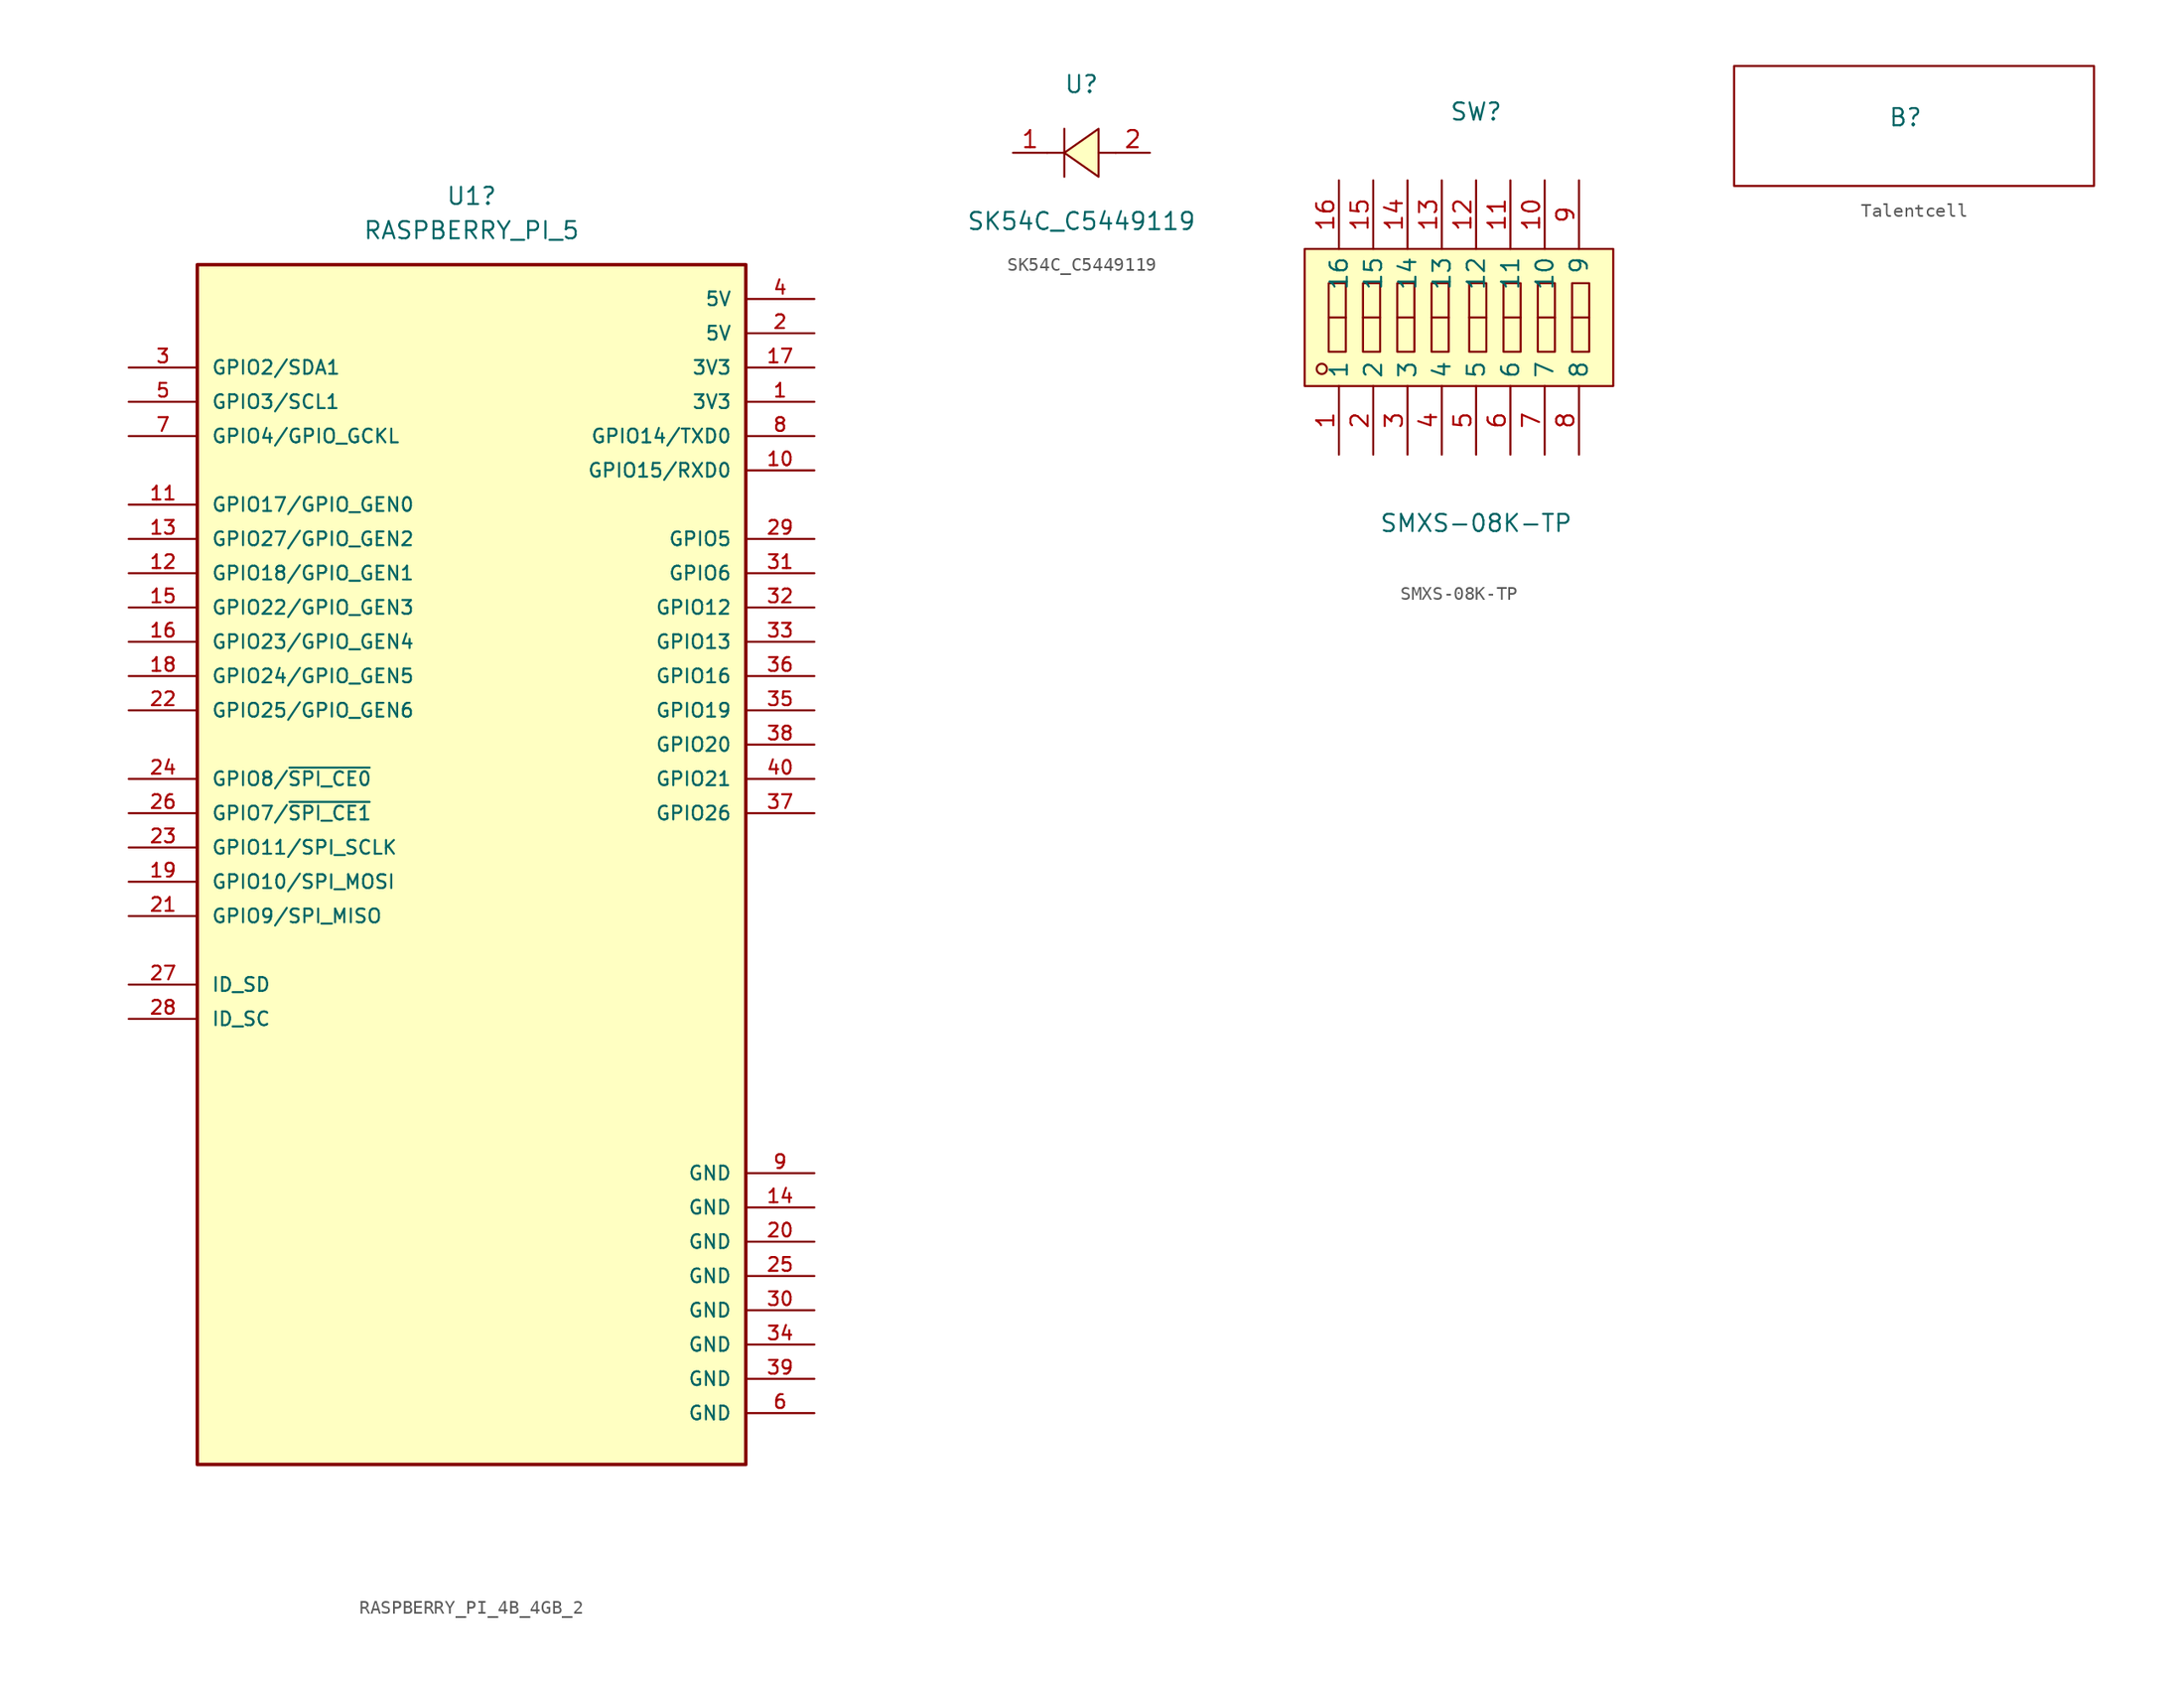
<source format=kicad_sym>
(kicad_symbol_lib
  (version 20241209)
  (generator "kicad_symbol_editor")
  (generator_version "9.0")
  (symbol "RASPBERRY_PI_4B_4GB_2"
    (pin_names
      (offset 1.016))
    (property "Reference" "U1"
      (at 0 38.1 0)
      (effects (font (size 1.27 1.27))))
    (property "Value" "RASPBERRY_PI_5"
      (at 0 35.56 0)
      (effects (font (size 1.27 1.27))))
    (property "LCSC Part No" ""
      (at 0 0 0)
      (effects (font (size 1.27 1.27))))
    (symbol "RASPBERRY_PI_4B_4GB_2_0_0"
      (rectangle (start -20.32 33.02) (end 20.32 -55.88) (stroke (width 0.254) (type default)) (fill (type background)))
      (pin bidirectional line (at -25.4 25.4 0) (length 5.08) (name "GPIO2/SDA1" (effects (font (size 1.016 1.016)))) (number "3" (effects (font (size 1.016 1.016)))))
      (pin bidirectional line (at -25.4 22.86 0) (length 5.08) (name "GPIO3/SCL1" (effects (font (size 1.016 1.016)))) (number "5" (effects (font (size 1.016 1.016)))))
      (pin bidirectional line (at -25.4 20.32 0) (length 5.08) (name "GPIO4/GPIO_GCKL" (effects (font (size 1.016 1.016)))) (number "7" (effects (font (size 1.016 1.016)))))
      (pin bidirectional line (at -25.4 15.24 0) (length 5.08) (name "GPIO17/GPIO_GEN0" (effects (font (size 1.016 1.016)))) (number "11" (effects (font (size 1.016 1.016)))))
      (pin bidirectional line (at -25.4 12.7 0) (length 5.08) (name "GPIO27/GPIO_GEN2" (effects (font (size 1.016 1.016)))) (number "13" (effects (font (size 1.016 1.016)))))
      (pin bidirectional line (at -25.4 10.16 0) (length 5.08) (name "GPIO18/GPIO_GEN1" (effects (font (size 1.016 1.016)))) (number "12" (effects (font (size 1.016 1.016)))))
      (pin bidirectional line (at -25.4 7.62 0) (length 5.08) (name "GPIO22/GPIO_GEN3" (effects (font (size 1.016 1.016)))) (number "15" (effects (font (size 1.016 1.016)))))
      (pin bidirectional line (at -25.4 5.08 0) (length 5.08) (name "GPIO23/GPIO_GEN4" (effects (font (size 1.016 1.016)))) (number "16" (effects (font (size 1.016 1.016)))))
      (pin bidirectional line (at -25.4 2.54 0) (length 5.08) (name "GPIO24/GPIO_GEN5" (effects (font (size 1.016 1.016)))) (number "18" (effects (font (size 1.016 1.016)))))
      (pin bidirectional line (at -25.4 0 0) (length 5.08) (name "GPIO25/GPIO_GEN6" (effects (font (size 1.016 1.016)))) (number "22" (effects (font (size 1.016 1.016)))))
      (pin bidirectional line (at -25.4 -5.08 0) (length 5.08) (name "GPIO8/~{SPI_CE0}" (effects (font (size 1.016 1.016)))) (number "24" (effects (font (size 1.016 1.016)))))
      (pin bidirectional line (at -25.4 -7.62 0) (length 5.08) (name "GPIO7/~{SPI_CE1}" (effects (font (size 1.016 1.016)))) (number "26" (effects (font (size 1.016 1.016)))))
      (pin bidirectional line (at -25.4 -10.16 0) (length 5.08) (name "GPIO11/SPI_SCLK" (effects (font (size 1.016 1.016)))) (number "23" (effects (font (size 1.016 1.016)))))
      (pin bidirectional line (at -25.4 -12.7 0) (length 5.08) (name "GPIO10/SPI_MOSI" (effects (font (size 1.016 1.016)))) (number "19" (effects (font (size 1.016 1.016)))))
      (pin bidirectional line (at -25.4 -15.24 0) (length 5.08) (name "GPIO9/SPI_MISO" (effects (font (size 1.016 1.016)))) (number "21" (effects (font (size 1.016 1.016)))))
      (pin bidirectional line (at -25.4 -20.32 0) (length 5.08) (name "ID_SD" (effects (font (size 1.016 1.016)))) (number "27" (effects (font (size 1.016 1.016)))))
      (pin bidirectional line (at -25.4 -22.86 0) (length 5.08) (name "ID_SC" (effects (font (size 1.016 1.016)))) (number "28" (effects (font (size 1.016 1.016)))))
      (pin power_in line (at 25.4 30.48 180) (length 5.08) (name "5V" (effects (font (size 1.016 1.016)))) (number "4" (effects (font (size 1.016 1.016)))))
      (pin power_in line (at 25.4 27.94 180) (length 5.08) (name "5V" (effects (font (size 1.016 1.016)))) (number "2" (effects (font (size 1.016 1.016)))))
      (pin power_in line (at 25.4 25.4 180) (length 5.08) (name "3V3" (effects (font (size 1.016 1.016)))) (number "17" (effects (font (size 1.016 1.016)))))
      (pin power_in line (at 25.4 22.86 180) (length 5.08) (name "3V3" (effects (font (size 1.016 1.016)))) (number "1" (effects (font (size 1.016 1.016)))))
      (pin bidirectional line (at 25.4 20.32 180) (length 5.08) (name "GPIO14/TXD0" (effects (font (size 1.016 1.016)))) (number "8" (effects (font (size 1.016 1.016)))))
      (pin bidirectional line (at 25.4 17.78 180) (length 5.08) (name "GPIO15/RXD0" (effects (font (size 1.016 1.016)))) (number "10" (effects (font (size 1.016 1.016)))))
      (pin bidirectional line (at 25.4 12.7 180) (length 5.08) (name "GPIO5" (effects (font (size 1.016 1.016)))) (number "29" (effects (font (size 1.016 1.016)))))
      (pin bidirectional line (at 25.4 10.16 180) (length 5.08) (name "GPIO6" (effects (font (size 1.016 1.016)))) (number "31" (effects (font (size 1.016 1.016)))))
      (pin bidirectional line (at 25.4 7.62 180) (length 5.08) (name "GPIO12" (effects (font (size 1.016 1.016)))) (number "32" (effects (font (size 1.016 1.016)))))
      (pin bidirectional line (at 25.4 5.08 180) (length 5.08) (name "GPIO13" (effects (font (size 1.016 1.016)))) (number "33" (effects (font (size 1.016 1.016)))))
      (pin bidirectional line (at 25.4 2.54 180) (length 5.08) (name "GPIO16" (effects (font (size 1.016 1.016)))) (number "36" (effects (font (size 1.016 1.016)))))
      (pin bidirectional line (at 25.4 0 180) (length 5.08) (name "GPIO19" (effects (font (size 1.016 1.016)))) (number "35" (effects (font (size 1.016 1.016)))))
      (pin bidirectional line (at 25.4 -2.54 180) (length 5.08) (name "GPIO20" (effects (font (size 1.016 1.016)))) (number "38" (effects (font (size 1.016 1.016)))))
      (pin bidirectional line (at 25.4 -5.08 180) (length 5.08) (name "GPIO21" (effects (font (size 1.016 1.016)))) (number "40" (effects (font (size 1.016 1.016)))))
      (pin bidirectional line (at 25.4 -7.62 180) (length 5.08) (name "GPIO26" (effects (font (size 1.016 1.016)))) (number "37" (effects (font (size 1.016 1.016)))))
      (pin power_in line (at 25.4 -34.29 180) (length 5.08) (name "GND" (effects (font (size 1.016 1.016)))) (number "9" (effects (font (size 1.016 1.016)))))
      (pin power_in line (at 25.4 -36.83 180) (length 5.08) (name "GND" (effects (font (size 1.016 1.016)))) (number "14" (effects (font (size 1.016 1.016)))))
      (pin power_in line (at 25.4 -39.37 180) (length 5.08) (name "GND" (effects (font (size 1.016 1.016)))) (number "20" (effects (font (size 1.016 1.016)))))
      (pin power_in line (at 25.4 -41.91 180) (length 5.08) (name "GND" (effects (font (size 1.016 1.016)))) (number "25" (effects (font (size 1.016 1.016)))))
      (pin power_in line (at 25.4 -44.45 180) (length 5.08) (name "GND" (effects (font (size 1.016 1.016)))) (number "30" (effects (font (size 1.016 1.016)))))
      (pin power_in line (at 25.4 -46.99 180) (length 5.08) (name "GND" (effects (font (size 1.016 1.016)))) (number "34" (effects (font (size 1.016 1.016)))))
      (pin power_in line (at 25.4 -49.53 180) (length 5.08) (name "GND" (effects (font (size 1.016 1.016)))) (number "39" (effects (font (size 1.016 1.016)))))
      (pin power_in line (at 25.4 -52.07 180) (length 5.08) (name "GND" (effects (font (size 1.016 1.016)))) (number "6" (effects (font (size 1.016 1.016)))))))
  (symbol "SK54C_C5449119"
    (pin_names
      (hide yes))
    (property "Reference" "U"
      (at 0 5.08 0)
      (effects (font (size 1.27 1.27))))
    (property "Value" "SK54C_C5449119"
      (at 0 -5.08 0)
      (effects (font (size 1.27 1.27))))
    (symbol "SK54C_C5449119_0_1"
      (polyline (pts (xy -1.27 1.78) (xy -1.27 -1.78)) (stroke (width 0) (type default)) (fill (type none)))
      (polyline (pts (xy -1.27 0) (xy -2.54 0)) (stroke (width 0) (type default)) (fill (type none)))
      (polyline (pts (xy 1.27 1.78) (xy -1.27 0) (xy 1.27 -1.78) (xy 1.27 1.78)) (stroke (width 0) (type default)) (fill (type background)))
      (polyline (pts (xy 2.54 0) (xy 1.27 0)) (stroke (width 0) (type default)) (fill (type none)))
      (pin unspecified line (at -5.08 0 0) (length 2.54) (name "C" (effects (font (size 1.27 1.27)))) (number "1" (effects (font (size 1.27 1.27)))))
      (pin unspecified line (at 5.08 0 180) (length 2.54) (name "A" (effects (font (size 1.27 1.27)))) (number "2" (effects (font (size 1.27 1.27)))))))
  (symbol "SMXS-08K-TP"
    (property "Reference" "SW"
      (at 0 15.24 0)
      (effects (font (size 1.27 1.27))))
    (property "Value" "SMXS-08K-TP"
      (at 0 -15.24 0)
      (effects (font (size 1.27 1.27))))
    (symbol "SMXS-08K-TP_0_1"
      (rectangle (start -12.7 5.08) (end 10.16 -5.08) (stroke (width 0) (type default)) (fill (type background)))
      (circle (center -11.43 -3.81) (radius 0.38) (stroke (width 0) (type default)) (fill (type none)))
      (rectangle (start -10.92 2.54) (end -9.65 -2.54) (stroke (width 0) (type default)) (fill (type background)))
      (polyline (pts (xy -10.92 0) (xy -9.65 0)) (stroke (width 0) (type default)) (fill (type none)))
      (rectangle (start -8.38 2.54) (end -7.11 -2.54) (stroke (width 0) (type default)) (fill (type background)))
      (polyline (pts (xy -8.38 0) (xy -7.11 0)) (stroke (width 0) (type default)) (fill (type none)))
      (rectangle (start -5.84 2.54) (end -4.57 -2.54) (stroke (width 0) (type default)) (fill (type background)))
      (polyline (pts (xy -5.84 0) (xy -4.57 0)) (stroke (width 0) (type default)) (fill (type none)))
      (rectangle (start -3.3 2.54) (end -2.03 -2.54) (stroke (width 0) (type default)) (fill (type background)))
      (polyline (pts (xy -3.3 0) (xy -2.03 0)) (stroke (width 0) (type default)) (fill (type none)))
      (rectangle (start -0.51 2.54) (end 0.76 -2.54) (stroke (width 0) (type default)) (fill (type background)))
      (polyline (pts (xy -0.51 0) (xy 0.76 0)) (stroke (width 0) (type default)) (fill (type none)))
      (rectangle (start 2.03 2.54) (end 3.3 -2.54) (stroke (width 0) (type default)) (fill (type background)))
      (polyline (pts (xy 2.03 0) (xy 3.3 0)) (stroke (width 0) (type default)) (fill (type none)))
      (rectangle (start 4.57 2.54) (end 5.84 -2.54) (stroke (width 0) (type default)) (fill (type background)))
      (polyline (pts (xy 4.57 0) (xy 5.84 0)) (stroke (width 0) (type default)) (fill (type none)))
      (rectangle (start 7.11 2.54) (end 8.38 -2.54) (stroke (width 0) (type default)) (fill (type background)))
      (polyline (pts (xy 7.11 0) (xy 8.38 0)) (stroke (width 0) (type default)) (fill (type none)))
      (pin unspecified line (at -10.16 10.16 270) (length 5.08) (name "16" (effects (font (size 1.27 1.27)))) (number "16" (effects (font (size 1.27 1.27)))))
      (pin unspecified line (at -10.16 -10.16 90) (length 5.08) (name "1" (effects (font (size 1.27 1.27)))) (number "1" (effects (font (size 1.27 1.27)))))
      (pin unspecified line (at -7.62 10.16 270) (length 5.08) (name "15" (effects (font (size 1.27 1.27)))) (number "15" (effects (font (size 1.27 1.27)))))
      (pin unspecified line (at -7.62 -10.16 90) (length 5.08) (name "2" (effects (font (size 1.27 1.27)))) (number "2" (effects (font (size 1.27 1.27)))))
      (pin unspecified line (at -5.08 10.16 270) (length 5.08) (name "14" (effects (font (size 1.27 1.27)))) (number "14" (effects (font (size 1.27 1.27)))))
      (pin unspecified line (at -5.08 -10.16 90) (length 5.08) (name "3" (effects (font (size 1.27 1.27)))) (number "3" (effects (font (size 1.27 1.27)))))
      (pin unspecified line (at -2.54 10.16 270) (length 5.08) (name "13" (effects (font (size 1.27 1.27)))) (number "13" (effects (font (size 1.27 1.27)))))
      (pin unspecified line (at -2.54 -10.16 90) (length 5.08) (name "4" (effects (font (size 1.27 1.27)))) (number "4" (effects (font (size 1.27 1.27)))))
      (pin unspecified line (at 0 10.16 270) (length 5.08) (name "12" (effects (font (size 1.27 1.27)))) (number "12" (effects (font (size 1.27 1.27)))))
      (pin unspecified line (at 0 -10.16 90) (length 5.08) (name "5" (effects (font (size 1.27 1.27)))) (number "5" (effects (font (size 1.27 1.27)))))
      (pin unspecified line (at 2.54 10.16 270) (length 5.08) (name "11" (effects (font (size 1.27 1.27)))) (number "11" (effects (font (size 1.27 1.27)))))
      (pin unspecified line (at 2.54 -10.16 90) (length 5.08) (name "6" (effects (font (size 1.27 1.27)))) (number "6" (effects (font (size 1.27 1.27)))))
      (pin unspecified line (at 5.08 10.16 270) (length 5.08) (name "10" (effects (font (size 1.27 1.27)))) (number "10" (effects (font (size 1.27 1.27)))))
      (pin unspecified line (at 5.08 -10.16 90) (length 5.08) (name "7" (effects (font (size 1.27 1.27)))) (number "7" (effects (font (size 1.27 1.27)))))
      (pin unspecified line (at 7.62 10.16 270) (length 5.08) (name "9" (effects (font (size 1.27 1.27)))) (number "9" (effects (font (size 1.27 1.27)))))
      (pin unspecified line (at 7.62 -10.16 90) (length 5.08) (name "8" (effects (font (size 1.27 1.27)))) (number "8" (effects (font (size 1.27 1.27)))))))
  (symbol "Talentcell"
    (property "Reference" "B"
      (at 0 0 0)
      (effects (font (size 1.27 1.27))))
    (property "Value" ""
      (at 0 0 0)
      (effects (font (size 1.27 1.27))))
    (symbol "Talentcell_0_1"
      (rectangle (start -12.7 3.81) (end 13.97 -5.08) (stroke (width 0) (type default)) (fill (type none))))))
</source>
